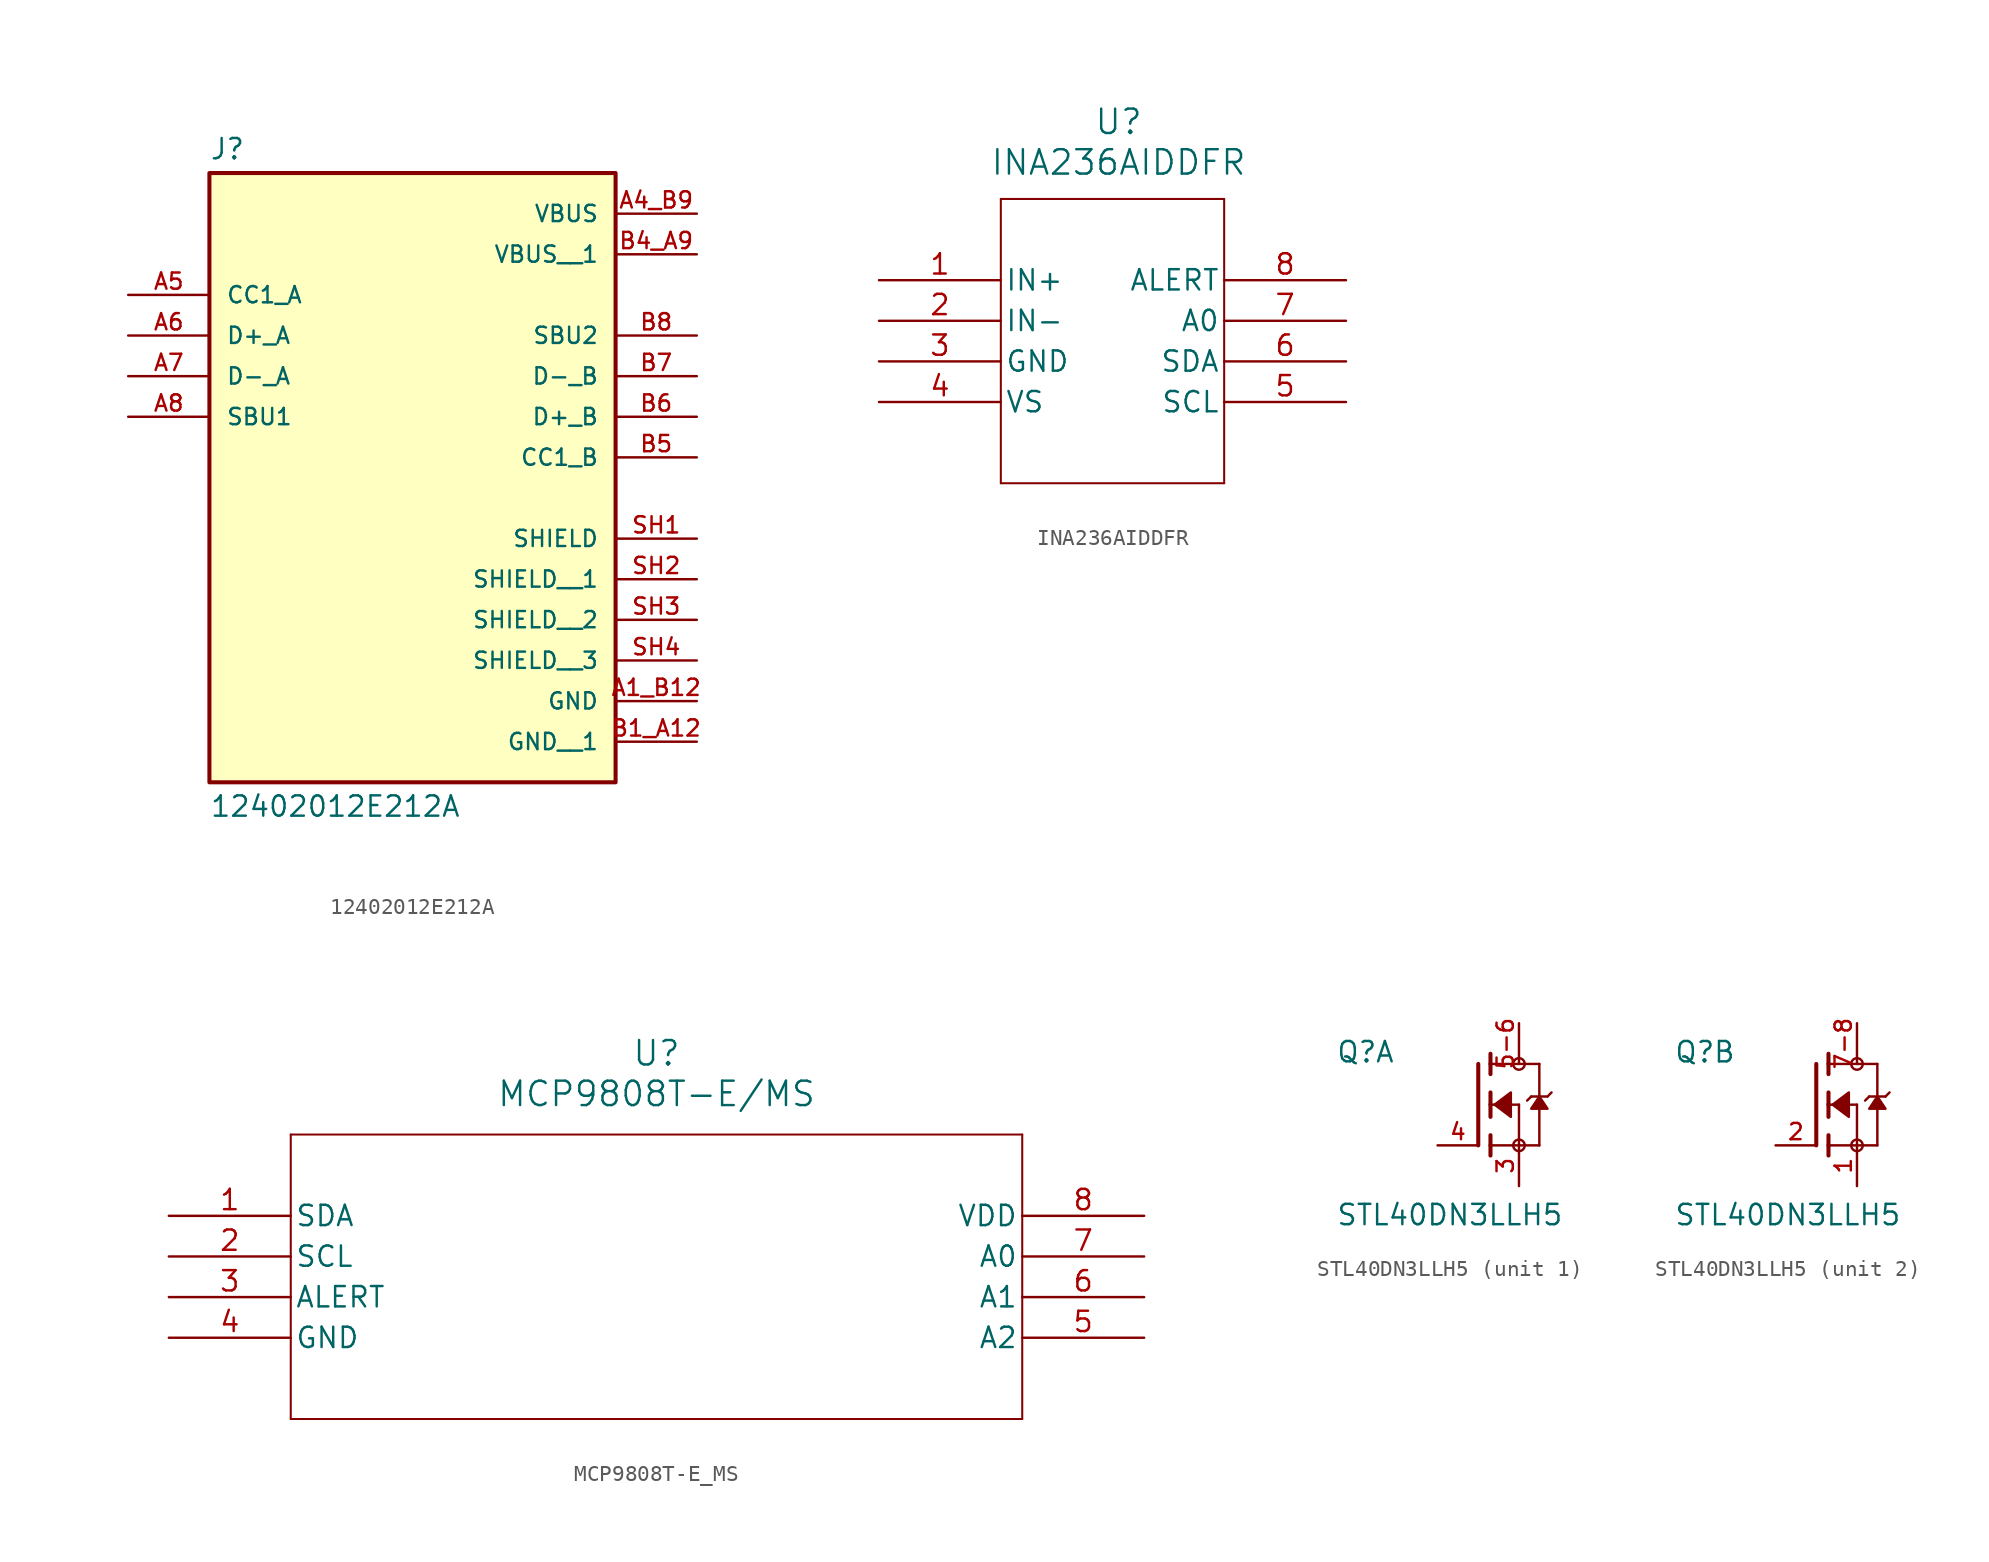
<source format=kicad_sym>
(kicad_symbol_lib
  (version 20241209)
  (generator "kicad_symbol_editor")
  (generator_version "9.0")
  (symbol "12402012E212A"
    (pin_names
      (offset 1.016))
    (property "Reference" "J"
      (at -12.7 13.462 0)
      (effects (font (size 1.27 1.27)) (justify left bottom)))
    (property "Value" "12402012E212A"
      (at -12.7 -26.162 0)
      (effects (font (size 1.27 1.27)) (justify left top)))
    (symbol "12402012E212A_0_0"
      (rectangle (start -12.7 -25.4) (end 12.7 12.7) (stroke (width 0.254) (type default)) (fill (type background)))
      (pin bidirectional line (at -17.78 5.08 0) (length 5.08) (name "CC1_A" (effects (font (size 1.016 1.016)))) (number "A5" (effects (font (size 1.016 1.016)))))
      (pin bidirectional line (at -17.78 2.54 0) (length 5.08) (name "D+_A" (effects (font (size 1.016 1.016)))) (number "A6" (effects (font (size 1.016 1.016)))))
      (pin bidirectional line (at -17.78 0 0) (length 5.08) (name "D-_A" (effects (font (size 1.016 1.016)))) (number "A7" (effects (font (size 1.016 1.016)))))
      (pin bidirectional line (at -17.78 -2.54 0) (length 5.08) (name "SBU1" (effects (font (size 1.016 1.016)))) (number "A8" (effects (font (size 1.016 1.016)))))
      (pin power_in line (at 17.78 10.16 180) (length 5.08) (name "VBUS" (effects (font (size 1.016 1.016)))) (number "A4_B9" (effects (font (size 1.016 1.016)))))
      (pin power_in line (at 17.78 7.62 180) (length 5.08) (name "VBUS__1" (effects (font (size 1.016 1.016)))) (number "B4_A9" (effects (font (size 1.016 1.016)))))
      (pin bidirectional line (at 17.78 2.54 180) (length 5.08) (name "SBU2" (effects (font (size 1.016 1.016)))) (number "B8" (effects (font (size 1.016 1.016)))))
      (pin bidirectional line (at 17.78 0 180) (length 5.08) (name "D-_B" (effects (font (size 1.016 1.016)))) (number "B7" (effects (font (size 1.016 1.016)))))
      (pin bidirectional line (at 17.78 -2.54 180) (length 5.08) (name "D+_B" (effects (font (size 1.016 1.016)))) (number "B6" (effects (font (size 1.016 1.016)))))
      (pin bidirectional line (at 17.78 -5.08 180) (length 5.08) (name "CC1_B" (effects (font (size 1.016 1.016)))) (number "B5" (effects (font (size 1.016 1.016)))))
      (pin passive line (at 17.78 -10.16 180) (length 5.08) (name "SHIELD" (effects (font (size 1.016 1.016)))) (number "SH1" (effects (font (size 1.016 1.016)))))
      (pin passive line (at 17.78 -12.7 180) (length 5.08) (name "SHIELD__1" (effects (font (size 1.016 1.016)))) (number "SH2" (effects (font (size 1.016 1.016)))))
      (pin passive line (at 17.78 -15.24 180) (length 5.08) (name "SHIELD__2" (effects (font (size 1.016 1.016)))) (number "SH3" (effects (font (size 1.016 1.016)))))
      (pin passive line (at 17.78 -17.78 180) (length 5.08) (name "SHIELD__3" (effects (font (size 1.016 1.016)))) (number "SH4" (effects (font (size 1.016 1.016)))))
      (pin power_in line (at 17.78 -20.32 180) (length 5.08) (name "GND" (effects (font (size 1.016 1.016)))) (number "A1_B12" (effects (font (size 1.016 1.016)))))
      (pin power_in line (at 17.78 -22.86 180) (length 5.08) (name "GND__1" (effects (font (size 1.016 1.016)))) (number "B1_A12" (effects (font (size 1.016 1.016)))))))
  (symbol "INA236AIDDFR"
    (pin_names
      (offset 0.254))
    (property "Reference" "U"
      (at 14.986 9.906 0)
      (effects (font (size 1.524 1.524))))
    (property "Value" "INA236AIDDFR"
      (at 14.986 7.366 0)
      (effects (font (size 1.524 1.524))))
    (property "ki_locked" ""
      (at 0 0 0)
      (effects (font (size 1.27 1.27))))
    (symbol "INA236AIDDFR_0_1"
      (polyline (pts (xy 7.62 5.08) (xy 7.62 -12.7)) (stroke (width 0.127) (type default)) (fill (type none)))
      (polyline (pts (xy 7.62 -12.7) (xy 21.59 -12.7)) (stroke (width 0.127) (type default)) (fill (type none)))
      (polyline (pts (xy 21.59 5.08) (xy 7.62 5.08)) (stroke (width 0.127) (type default)) (fill (type none)))
      (polyline (pts (xy 21.59 -12.7) (xy 21.59 5.08)) (stroke (width 0.127) (type default)) (fill (type none)))
      (pin input line (at 0 0 0) (length 7.62) (name "IN+" (effects (font (size 1.27 1.27)))) (number "1" (effects (font (size 1.27 1.27)))))
      (pin input line (at 0 -2.54 0) (length 7.62) (name "IN-" (effects (font (size 1.27 1.27)))) (number "2" (effects (font (size 1.27 1.27)))))
      (pin power_out line (at 0 -5.08 0) (length 7.62) (name "GND" (effects (font (size 1.27 1.27)))) (number "3" (effects (font (size 1.27 1.27)))))
      (pin power_in line (at 0 -7.62 0) (length 7.62) (name "VS" (effects (font (size 1.27 1.27)))) (number "4" (effects (font (size 1.27 1.27)))))
      (pin output line (at 29.21 0 180) (length 7.62) (name "ALERT" (effects (font (size 1.27 1.27)))) (number "8" (effects (font (size 1.27 1.27)))))
      (pin input line (at 29.21 -2.54 180) (length 7.62) (name "A0" (effects (font (size 1.27 1.27)))) (number "7" (effects (font (size 1.27 1.27)))))
      (pin bidirectional line (at 29.21 -5.08 180) (length 7.62) (name "SDA" (effects (font (size 1.27 1.27)))) (number "6" (effects (font (size 1.27 1.27)))))
      (pin input line (at 29.21 -7.62 180) (length 7.62) (name "SCL" (effects (font (size 1.27 1.27)))) (number "5" (effects (font (size 1.27 1.27)))))))
  (symbol "MCP9808T-E_MS"
    (pin_names
      (offset 0.254))
    (property "Reference" "U"
      (at 30.48 10.16 0)
      (effects (font (size 1.524 1.524))))
    (property "Value" "MCP9808T-E/MS"
      (at 30.48 7.62 0)
      (effects (font (size 1.524 1.524))))
    (property "ki_locked" ""
      (at 0 0 0)
      (effects (font (size 1.27 1.27))))
    (symbol "MCP9808T-E_MS_0_1"
      (polyline (pts (xy 7.62 5.08) (xy 7.62 -12.7)) (stroke (width 0.127) (type default)) (fill (type none)))
      (polyline (pts (xy 7.62 -12.7) (xy 53.34 -12.7)) (stroke (width 0.127) (type default)) (fill (type none)))
      (polyline (pts (xy 53.34 5.08) (xy 7.62 5.08)) (stroke (width 0.127) (type default)) (fill (type none)))
      (polyline (pts (xy 53.34 -12.7) (xy 53.34 5.08)) (stroke (width 0.127) (type default)) (fill (type none)))
      (pin unspecified line (at 0 0 0) (length 7.62) (name "SDA" (effects (font (size 1.27 1.27)))) (number "1" (effects (font (size 1.27 1.27)))))
      (pin unspecified line (at 0 -2.54 0) (length 7.62) (name "SCL" (effects (font (size 1.27 1.27)))) (number "2" (effects (font (size 1.27 1.27)))))
      (pin output line (at 0 -5.08 0) (length 7.62) (name "ALERT" (effects (font (size 1.27 1.27)))) (number "3" (effects (font (size 1.27 1.27)))))
      (pin power_in line (at 0 -7.62 0) (length 7.62) (name "GND" (effects (font (size 1.27 1.27)))) (number "4" (effects (font (size 1.27 1.27)))))
      (pin power_in line (at 60.96 0 180) (length 7.62) (name "VDD" (effects (font (size 1.27 1.27)))) (number "8" (effects (font (size 1.27 1.27)))))
      (pin unspecified line (at 60.96 -2.54 180) (length 7.62) (name "A0" (effects (font (size 1.27 1.27)))) (number "7" (effects (font (size 1.27 1.27)))))
      (pin unspecified line (at 60.96 -5.08 180) (length 7.62) (name "A1" (effects (font (size 1.27 1.27)))) (number "6" (effects (font (size 1.27 1.27)))))
      (pin unspecified line (at 60.96 -7.62 180) (length 7.62) (name "A2" (effects (font (size 1.27 1.27)))) (number "5" (effects (font (size 1.27 1.27)))))))
  (symbol "STL40DN3LLH5"
    (pin_names
      (offset 1.016))
    (property "Reference" "Q"
      (at -8.89 2.54 0)
      (effects (font (size 1.27 1.27)) (justify left bottom)))
    (property "Value" "STL40DN3LLH5"
      (at -8.89 -7.62 0)
      (effects (font (size 1.27 1.27)) (justify left bottom)))
    (symbol "STL40DN3LLH5_1_0"
      (polyline (pts (xy 0 2.54) (xy 0 -2.54)) (stroke (width 0.254) (type default)) (fill (type none)))
      (polyline (pts (xy 0.762 3.175) (xy 0.762 2.54)) (stroke (width 0.254) (type default)) (fill (type none)))
      (polyline (pts (xy 0.762 2.54) (xy 0.762 1.905)) (stroke (width 0.254) (type default)) (fill (type none)))
      (polyline (pts (xy 0.762 2.54) (xy 3.81 2.54)) (stroke (width 0.152) (type default)) (fill (type none)))
      (polyline (pts (xy 0.762 0.762) (xy 0.762 0)) (stroke (width 0.254) (type default)) (fill (type none)))
      (polyline (pts (xy 0.762 0) (xy 0.762 -0.762)) (stroke (width 0.254) (type default)) (fill (type none)))
      (polyline (pts (xy 0.762 0) (xy 2.54 0)) (stroke (width 0.152) (type default)) (fill (type none)))
      (polyline (pts (xy 0.762 -1.905) (xy 0.762 -2.54)) (stroke (width 0.254) (type default)) (fill (type none)))
      (polyline (pts (xy 0.762 -2.54) (xy 0.762 -3.175)) (stroke (width 0.254) (type default)) (fill (type none)))
      (polyline (pts (xy 1.016 0) (xy 2.032 0.762) (xy 2.032 -0.762) (xy 1.016 0)) (stroke (width 0.152) (type default)) (fill (type outline)))
      (circle (center 2.54 2.54) (radius 0.359) (stroke (width 0) (type default)) (fill (type none)))
      (polyline (pts (xy 2.54 0) (xy 2.54 -2.54)) (stroke (width 0.152) (type default)) (fill (type none)))
      (polyline (pts (xy 2.54 -2.54) (xy 0.762 -2.54)) (stroke (width 0.152) (type default)) (fill (type none)))
      (polyline (pts (xy 2.54 -2.54) (xy 3.81 -2.54)) (stroke (width 0.152) (type default)) (fill (type none)))
      (circle (center 2.54 -2.54) (radius 0.359) (stroke (width 0) (type default)) (fill (type none)))
      (polyline (pts (xy 3.302 0.508) (xy 3.048 0.254)) (stroke (width 0.152) (type default)) (fill (type none)))
      (polyline (pts (xy 3.81 2.54) (xy 3.81 0.508)) (stroke (width 0.152) (type default)) (fill (type none)))
      (polyline (pts (xy 3.81 0.508) (xy 3.302 0.508)) (stroke (width 0.152) (type default)) (fill (type none)))
      (polyline (pts (xy 3.81 0.508) (xy 3.81 -2.54)) (stroke (width 0.152) (type default)) (fill (type none)))
      (polyline (pts (xy 3.81 0.508) (xy 3.302 -0.254) (xy 4.318 -0.254) (xy 3.81 0.508)) (stroke (width 0.152) (type default)) (fill (type outline)))
      (polyline (pts (xy 4.318 0.508) (xy 3.81 0.508)) (stroke (width 0.152) (type default)) (fill (type none)))
      (polyline (pts (xy 4.572 0.762) (xy 4.318 0.508)) (stroke (width 0.152) (type default)) (fill (type none)))
      (pin passive line (at -2.54 -2.54 0) (length 2.54) (name "~" (effects (font (size 1.016 1.016)))) (number "4" (effects (font (size 1.016 1.016)))))
      (pin passive line (at 2.54 5.08 270) (length 2.54) (name "~" (effects (font (size 1.016 1.016)))) (number "5-6" (effects (font (size 1.016 1.016)))))
      (pin passive line (at 2.54 -5.08 90) (length 2.54) (name "~" (effects (font (size 1.016 1.016)))) (number "3" (effects (font (size 1.016 1.016))))))
    (symbol "STL40DN3LLH5_2_0"
      (polyline (pts (xy 0 2.54) (xy 0 -2.54)) (stroke (width 0.254) (type default)) (fill (type none)))
      (polyline (pts (xy 0.762 3.175) (xy 0.762 2.54)) (stroke (width 0.254) (type default)) (fill (type none)))
      (polyline (pts (xy 0.762 2.54) (xy 0.762 1.905)) (stroke (width 0.254) (type default)) (fill (type none)))
      (polyline (pts (xy 0.762 2.54) (xy 3.81 2.54)) (stroke (width 0.152) (type default)) (fill (type none)))
      (polyline (pts (xy 0.762 0.762) (xy 0.762 0)) (stroke (width 0.254) (type default)) (fill (type none)))
      (polyline (pts (xy 0.762 0) (xy 0.762 -0.762)) (stroke (width 0.254) (type default)) (fill (type none)))
      (polyline (pts (xy 0.762 0) (xy 2.54 0)) (stroke (width 0.152) (type default)) (fill (type none)))
      (polyline (pts (xy 0.762 -1.905) (xy 0.762 -2.54)) (stroke (width 0.254) (type default)) (fill (type none)))
      (polyline (pts (xy 0.762 -2.54) (xy 0.762 -3.175)) (stroke (width 0.254) (type default)) (fill (type none)))
      (polyline (pts (xy 1.016 0) (xy 2.032 0.762) (xy 2.032 -0.762) (xy 1.016 0)) (stroke (width 0.152) (type default)) (fill (type outline)))
      (circle (center 2.54 2.54) (radius 0.359) (stroke (width 0) (type default)) (fill (type none)))
      (polyline (pts (xy 2.54 0) (xy 2.54 -2.54)) (stroke (width 0.152) (type default)) (fill (type none)))
      (polyline (pts (xy 2.54 -2.54) (xy 0.762 -2.54)) (stroke (width 0.152) (type default)) (fill (type none)))
      (polyline (pts (xy 2.54 -2.54) (xy 3.81 -2.54)) (stroke (width 0.152) (type default)) (fill (type none)))
      (circle (center 2.54 -2.54) (radius 0.359) (stroke (width 0) (type default)) (fill (type none)))
      (polyline (pts (xy 3.302 0.508) (xy 3.048 0.254)) (stroke (width 0.152) (type default)) (fill (type none)))
      (polyline (pts (xy 3.81 2.54) (xy 3.81 0.508)) (stroke (width 0.152) (type default)) (fill (type none)))
      (polyline (pts (xy 3.81 0.508) (xy 3.302 0.508)) (stroke (width 0.152) (type default)) (fill (type none)))
      (polyline (pts (xy 3.81 0.508) (xy 3.81 -2.54)) (stroke (width 0.152) (type default)) (fill (type none)))
      (polyline (pts (xy 3.81 0.508) (xy 3.302 -0.254) (xy 4.318 -0.254) (xy 3.81 0.508)) (stroke (width 0.152) (type default)) (fill (type outline)))
      (polyline (pts (xy 4.318 0.508) (xy 3.81 0.508)) (stroke (width 0.152) (type default)) (fill (type none)))
      (polyline (pts (xy 4.572 0.762) (xy 4.318 0.508)) (stroke (width 0.152) (type default)) (fill (type none)))
      (pin passive line (at -2.54 -2.54 0) (length 2.54) (name "~" (effects (font (size 1.016 1.016)))) (number "2" (effects (font (size 1.016 1.016)))))
      (pin passive line (at 2.54 5.08 270) (length 2.54) (name "~" (effects (font (size 1.016 1.016)))) (number "7-8" (effects (font (size 1.016 1.016)))))
      (pin passive line (at 2.54 -5.08 90) (length 2.54) (name "~" (effects (font (size 1.016 1.016)))) (number "1" (effects (font (size 1.016 1.016))))))))
</source>
